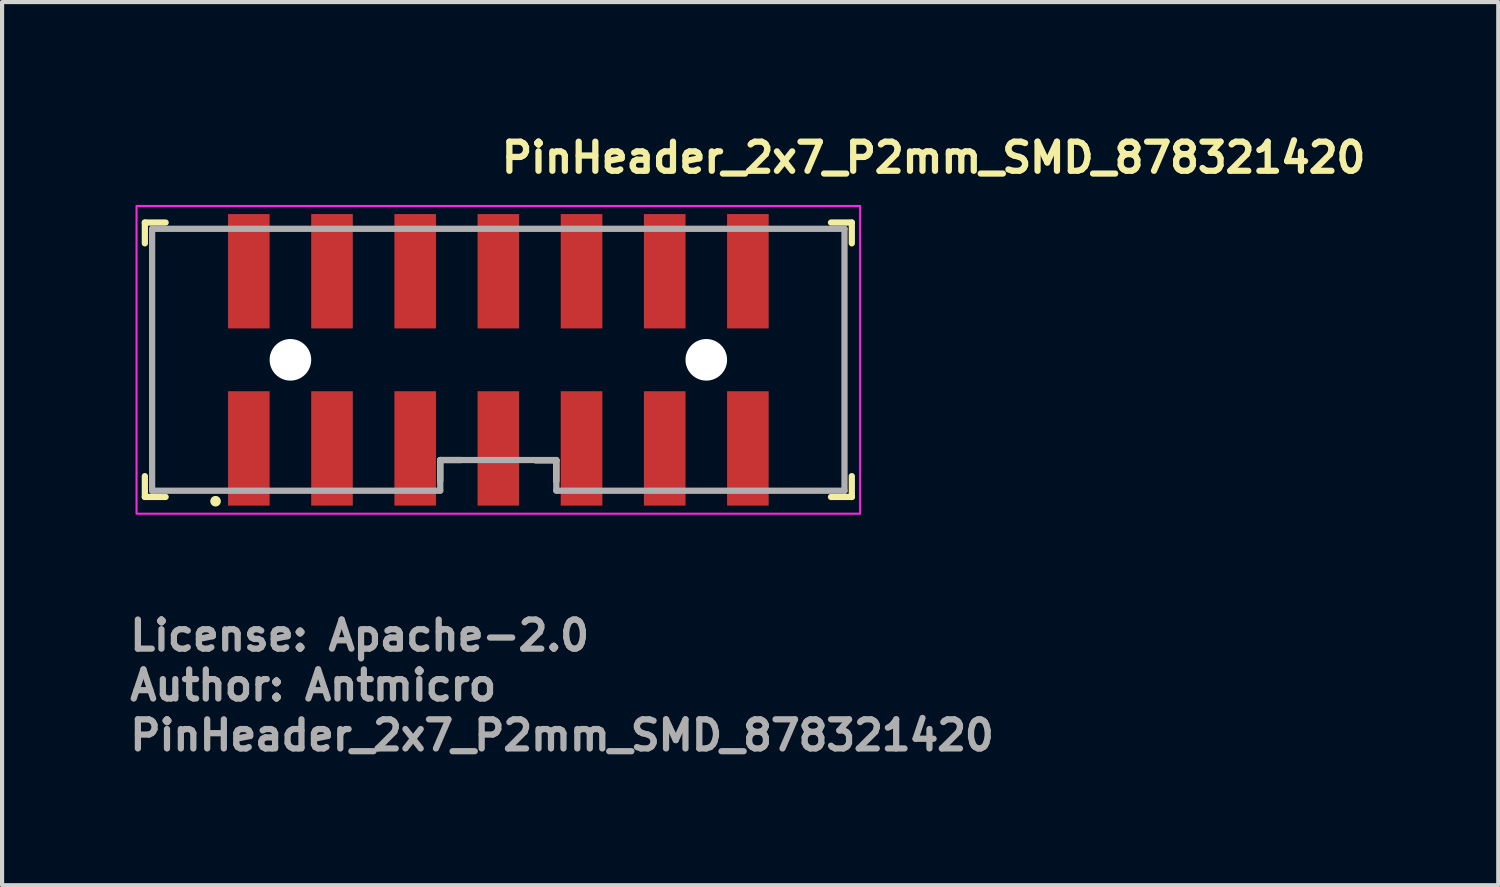
<source format=kicad_pcb>
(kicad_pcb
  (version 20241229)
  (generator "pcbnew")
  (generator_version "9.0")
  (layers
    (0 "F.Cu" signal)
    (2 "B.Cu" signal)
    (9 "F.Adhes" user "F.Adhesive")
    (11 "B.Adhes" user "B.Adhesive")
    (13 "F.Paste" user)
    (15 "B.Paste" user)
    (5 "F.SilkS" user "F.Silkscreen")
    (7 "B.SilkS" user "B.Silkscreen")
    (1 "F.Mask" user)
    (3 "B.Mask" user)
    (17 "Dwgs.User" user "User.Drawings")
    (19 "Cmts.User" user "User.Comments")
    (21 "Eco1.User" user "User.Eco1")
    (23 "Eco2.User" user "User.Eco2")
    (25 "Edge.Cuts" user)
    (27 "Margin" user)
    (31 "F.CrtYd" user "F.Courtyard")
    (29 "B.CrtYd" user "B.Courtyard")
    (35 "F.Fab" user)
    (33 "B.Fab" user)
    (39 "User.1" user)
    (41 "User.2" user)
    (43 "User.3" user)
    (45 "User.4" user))
  (footprint "PinHeader_2x7_P2mm_SMD_878321420"
    (layer "F.Cu")
    (at 8.933 5.602)
    (property "Reference" "PinHeader_2x7_P2mm_SMD_878321420" (at 0 -4.452 0) (layer "F.SilkS") (effects (font (size 0.7 0.7) (thickness 0.15)) (justify left bottom)))
    (attr smd)
    (fp_line (start -8.5 -3.301) (end -8.5 -2.801) (stroke (width 0.15) (type solid)) (layer "F.SilkS"))
    (fp_line (start -8.5 -3.301) (end -8 -3.301) (stroke (width 0.15) (type solid)) (layer "F.SilkS"))
    (fp_line (start -8.5 3.297) (end -8.5 2.797) (stroke (width 0.15) (type solid)) (layer "F.SilkS"))
    (fp_line (start -8.5 3.297) (end -8 3.297) (stroke (width 0.15) (type solid)) (layer "F.SilkS"))
    (fp_line (start -1.397 2.41) (end -1.397 2.91) (stroke (width 0.15) (type solid)) (layer "F.SilkS"))
    (fp_line (start -1.397 2.41) (end -0.9 2.41) (stroke (width 0.15) (type solid)) (layer "F.SilkS"))
    (fp_line (start 1.394 2.418) (end 0.897 2.418) (stroke (width 0.15) (type solid)) (layer "F.SilkS"))
    (fp_line (start 1.394 2.418) (end 1.394 2.918) (stroke (width 0.15) (type solid)) (layer "F.SilkS"))
    (fp_line (start 8.499 -3.301) (end 7.998 -3.301) (stroke (width 0.15) (type solid)) (layer "F.SilkS"))
    (fp_line (start 8.499 -3.301) (end 8.499 -2.801) (stroke (width 0.15) (type solid)) (layer "F.SilkS"))
    (fp_line (start 8.499 3.297) (end 7.998 3.297) (stroke (width 0.15) (type solid)) (layer "F.SilkS"))
    (fp_line (start 8.499 3.297) (end 8.499 2.797) (stroke (width 0.15) (type solid)) (layer "F.SilkS"))
    (fp_circle (center -6.8 3.4) (end -6.748 3.4) (stroke (width 0.15) (type solid)) (fill yes) (layer "F.SilkS"))
    (fp_rect (start -8.7 -3.7) (end 8.7 3.7) (stroke (width 0.05) (type solid)) (fill no) (layer "F.CrtYd"))
    (fp_line (start -8.325 -3.15) (end 8.323 -3.15) (stroke (width 0.15) (type solid)) (layer "F.Fab"))
    (fp_line (start -8.325 3.148) (end -8.325 -3.15) (stroke (width 0.15) (type solid)) (layer "F.Fab"))
    (fp_line (start -8.325 3.148) (end -1.397 3.148) (stroke (width 0.15) (type solid)) (layer "F.Fab"))
    (fp_line (start -1.397 2.41) (end -1.397 3.14) (stroke (width 0.15) (type solid)) (layer "F.Fab"))
    (fp_line (start -1.397 2.41) (end 1.394 2.41) (stroke (width 0.15) (type solid)) (layer "F.Fab"))
    (fp_line (start 1.394 2.41) (end 1.394 3.14) (stroke (width 0.15) (type solid)) (layer "F.Fab"))
    (fp_line (start 1.394 3.148) (end 8.323 3.148) (stroke (width 0.15) (type solid)) (layer "F.Fab"))
    (fp_line (start 8.323 3.148) (end 8.323 -3.15) (stroke (width 0.15) (type solid)) (layer "F.Fab"))
    (fp_rect (start -8.325 -3.15) (end 8.323 3.148) (stroke (width 0.1) (type solid)) (fill no) (layer "User.5"))
    (fp_line (start -8.325 -3.15) (end -8.325 -0.75) (stroke (width 0.02) (type solid)) (layer "User.9"))
    (fp_line (start -8.325 -0.75) (end -8.026 -0.75) (stroke (width 0.02) (type solid)) (layer "User.9"))
    (fp_line (start -8.325 -0.15) (end -8.325 -0.75) (stroke (width 0.02) (type solid)) (layer "User.9"))
    (fp_line (start -8.325 -0.15) (end -7.425 -0.15) (stroke (width 0.02) (type solid)) (layer "User.9"))
    (fp_line (start -8.325 1.148) (end -8.325 -0.15) (stroke (width 0.02) (type solid)) (layer "User.9"))
    (fp_line (start -8.325 1.749) (end -8.325 1.148) (stroke (width 0.02) (type solid)) (layer "User.9"))
    (fp_line (start -8.325 1.749) (end -8.325 3.148) (stroke (width 0.02) (type solid)) (layer "User.9"))
    (fp_line (start -8.026 -2.851) (end 8.025 -2.851) (stroke (width 0.02) (type solid)) (layer "User.9"))
    (fp_line (start -8.026 -0.75) (end -8.026 -2.851) (stroke (width 0.02) (type solid)) (layer "User.9"))
    (fp_line (start -8.026 1.749) (end -8.325 1.749) (stroke (width 0.02) (type solid)) (layer "User.9"))
    (fp_line (start -8.026 2.85) (end -8.026 1.749) (stroke (width 0.02) (type solid)) (layer "User.9"))
    (fp_line (start -7.425 -2.25) (end -8.026 -2.851) (stroke (width 0.02) (type solid)) (layer "User.9"))
    (fp_line (start -7.425 -2.25) (end -7.026 -2.25) (stroke (width 0.02) (type solid)) (layer "User.9"))
    (fp_line (start -7.425 -0.15) (end -8.026 -0.75) (stroke (width 0.02) (type solid)) (layer "User.9"))
    (fp_line (start -7.425 -0.15) (end -7.425 -2.25) (stroke (width 0.02) (type solid)) (layer "User.9"))
    (fp_line (start -7.425 1.148) (end -8.325 1.148) (stroke (width 0.02) (type solid)) (layer "User.9"))
    (fp_line (start -7.425 1.148) (end -8.026 1.749) (stroke (width 0.02) (type solid)) (layer "User.9"))
    (fp_line (start -7.425 2.249) (end -8.026 2.85) (stroke (width 0.02) (type solid)) (layer "User.9"))
    (fp_line (start -7.425 2.249) (end -7.425 1.148) (stroke (width 0.02) (type solid)) (layer "User.9"))
    (fp_line (start -7.026 -2.5) (end -6.396 -2.5) (stroke (width 0.02) (type solid)) (layer "User.9"))
    (fp_line (start -7.026 -2.25) (end -7.026 -2.5) (stroke (width 0.02) (type solid)) (layer "User.9"))
    (fp_line (start -7.026 2.249) (end -7.425 2.249) (stroke (width 0.02) (type solid)) (layer "User.9"))
    (fp_line (start -7.026 2.249) (end -7.026 2.499) (stroke (width 0.02) (type solid)) (layer "User.9"))
    (fp_line (start -7.026 2.499) (end -1.339 2.499) (stroke (width 0.02) (type solid)) (layer "User.9"))
    (fp_line (start -6.396 -2.5) (end -6.396 -2.25) (stroke (width 0.02) (type solid)) (layer "User.9"))
    (fp_line (start -6.396 -2.25) (end -5.595 -2.25) (stroke (width 0.02) (type solid)) (layer "User.9"))
    (fp_line (start -6.327 3.048) (end -5.327 3.048) (stroke (width 0.02) (type solid)) (layer "User.9"))
    (fp_line (start -6.327 3.148) (end -8.325 3.148) (stroke (width 0.02) (type solid)) (layer "User.9"))
    (fp_line (start -6.327 3.148) (end -6.327 3.048) (stroke (width 0.02) (type solid)) (layer "User.9"))
    (fp_line (start -6.327 3.148) (end -5.827 3.148) (stroke (width 0.02) (type solid)) (layer "User.9"))
    (fp_line (start -6.25 -0.75) (end -6.25 -1.25) (stroke (width 0.02) (type solid)) (layer "User.9"))
    (fp_line (start -6.25 1.249) (end -6.25 0.748) (stroke (width 0.02) (type solid)) (layer "User.9"))
    (fp_line (start -6.101 -1.101) (end -6.25 -1.25) (stroke (width 0.02) (type solid)) (layer "User.9"))
    (fp_line (start -6.101 -0.902) (end -6.25 -0.75) (stroke (width 0.02) (type solid)) (layer "User.9"))
    (fp_line (start -6.101 -0.902) (end -6.101 -1.101) (stroke (width 0.02) (type solid)) (layer "User.9"))
    (fp_line (start -6.101 0.9) (end -6.25 0.748) (stroke (width 0.02) (type solid)) (layer "User.9"))
    (fp_line (start -6.101 1.1) (end -6.25 1.249) (stroke (width 0.02) (type solid)) (layer "User.9"))
    (fp_line (start -6.101 1.1) (end -6.101 0.9) (stroke (width 0.02) (type solid)) (layer "User.9"))
    (fp_line (start -5.901 -1.101) (end -6.101 -1.101) (stroke (width 0.02) (type solid)) (layer "User.9"))
    (fp_line (start -5.901 -1.101) (end -5.901 -0.902) (stroke (width 0.02) (type solid)) (layer "User.9"))
    (fp_line (start -5.901 -1.101) (end -5.75 -1.25) (stroke (width 0.02) (type solid)) (layer "User.9"))
    (fp_line (start -5.901 -0.902) (end -6.101 -0.902) (stroke (width 0.02) (type solid)) (layer "User.9"))
    (fp_line (start -5.901 0.9) (end -6.101 0.9) (stroke (width 0.02) (type solid)) (layer "User.9"))
    (fp_line (start -5.901 0.9) (end -5.901 1.1) (stroke (width 0.02) (type solid)) (layer "User.9"))
    (fp_line (start -5.901 0.9) (end -5.75 0.748) (stroke (width 0.02) (type solid)) (layer "User.9"))
    (fp_line (start -5.901 1.1) (end -6.101 1.1) (stroke (width 0.02) (type solid)) (layer "User.9"))
    (fp_line (start -5.901 1.1) (end -5.75 1.249) (stroke (width 0.02) (type solid)) (layer "User.9"))
    (fp_line (start -5.827 3.148) (end -5.827 3.048) (stroke (width 0.02) (type solid)) (layer "User.9"))
    (fp_line (start -5.827 3.148) (end -5.327 3.148) (stroke (width 0.02) (type solid)) (layer "User.9"))
    (fp_line (start -5.75 -1.25) (end -6.25 -1.25) (stroke (width 0.02) (type solid)) (layer "User.9"))
    (fp_line (start -5.75 -1.25) (end -5.75 -0.75) (stroke (width 0.02) (type solid)) (layer "User.9"))
    (fp_line (start -5.75 -0.75) (end -6.25 -0.75) (stroke (width 0.02) (type solid)) (layer "User.9"))
    (fp_line (start -5.75 -0.75) (end -5.901 -0.902) (stroke (width 0.02) (type solid)) (layer "User.9"))
    (fp_line (start -5.75 0.748) (end -6.25 0.748) (stroke (width 0.02) (type solid)) (layer "User.9"))
    (fp_line (start -5.75 0.748) (end -5.75 1.249) (stroke (width 0.02) (type solid)) (layer "User.9"))
    (fp_line (start -5.75 1.249) (end -6.25 1.249) (stroke (width 0.02) (type solid)) (layer "User.9"))
    (fp_line (start -5.614 2.249) (end -2.388 2.249) (stroke (width 0.02) (type solid)) (layer "User.9"))
    (fp_line (start -5.614 2.499) (end -5.614 2.249) (stroke (width 0.02) (type solid)) (layer "User.9"))
    (fp_line (start -5.595 -2.5) (end -0.402 -2.5) (stroke (width 0.02) (type solid)) (layer "User.9"))
    (fp_line (start -5.595 -2.25) (end -5.595 -2.5) (stroke (width 0.02) (type solid)) (layer "User.9"))
    (fp_line (start -5.327 3.148) (end -5.327 3.048) (stroke (width 0.02) (type solid)) (layer "User.9"))
    (fp_line (start -4.25 -0.75) (end -4.25 -1.25) (stroke (width 0.02) (type solid)) (layer "User.9"))
    (fp_line (start -4.25 1.249) (end -4.25 0.748) (stroke (width 0.02) (type solid)) (layer "User.9"))
    (fp_line (start -4.138 2.499) (end -4.202 2.249) (stroke (width 0.02) (type solid)) (layer "User.9"))
    (fp_line (start -4.1 -1.101) (end -4.25 -1.25) (stroke (width 0.02) (type solid)) (layer "User.9"))
    (fp_line (start -4.1 -0.902) (end -4.25 -0.75) (stroke (width 0.02) (type solid)) (layer "User.9"))
    (fp_line (start -4.1 -0.902) (end -4.1 -1.101) (stroke (width 0.02) (type solid)) (layer "User.9"))
    (fp_line (start -4.1 0.9) (end -4.25 0.748) (stroke (width 0.02) (type solid)) (layer "User.9"))
    (fp_line (start -4.1 1.1) (end -4.25 1.249) (stroke (width 0.02) (type solid)) (layer "User.9"))
    (fp_line (start -4.1 1.1) (end -4.1 0.9) (stroke (width 0.02) (type solid)) (layer "User.9"))
    (fp_line (start -3.9 -1.101) (end -4.1 -1.101) (stroke (width 0.02) (type solid)) (layer "User.9"))
    (fp_line (start -3.9 -1.101) (end -3.9 -0.902) (stroke (width 0.02) (type solid)) (layer "User.9"))
    (fp_line (start -3.9 -1.101) (end -3.75 -1.25) (stroke (width 0.02) (type solid)) (layer "User.9"))
    (fp_line (start -3.9 -0.902) (end -4.1 -0.902) (stroke (width 0.02) (type solid)) (layer "User.9"))
    (fp_line (start -3.9 0.9) (end -4.1 0.9) (stroke (width 0.02) (type solid)) (layer "User.9"))
    (fp_line (start -3.9 0.9) (end -3.9 1.1) (stroke (width 0.02) (type solid)) (layer "User.9"))
    (fp_line (start -3.9 0.9) (end -3.75 0.748) (stroke (width 0.02) (type solid)) (layer "User.9"))
    (fp_line (start -3.9 1.1) (end -4.1 1.1) (stroke (width 0.02) (type solid)) (layer "User.9"))
    (fp_line (start -3.9 1.1) (end -3.75 1.249) (stroke (width 0.02) (type solid)) (layer "User.9"))
    (fp_line (start -3.863 2.499) (end -3.801 2.249) (stroke (width 0.02) (type solid)) (layer "User.9"))
    (fp_line (start -3.75 -1.25) (end -4.25 -1.25) (stroke (width 0.02) (type solid)) (layer "User.9"))
    (fp_line (start -3.75 -1.25) (end -3.75 -0.75) (stroke (width 0.02) (type solid)) (layer "User.9"))
    (fp_line (start -3.75 -0.75) (end -4.25 -0.75) (stroke (width 0.02) (type solid)) (layer "User.9"))
    (fp_line (start -3.75 -0.75) (end -3.9 -0.902) (stroke (width 0.02) (type solid)) (layer "User.9"))
    (fp_line (start -3.75 0.748) (end -4.25 0.748) (stroke (width 0.02) (type solid)) (layer "User.9"))
    (fp_line (start -3.75 0.748) (end -3.75 1.249) (stroke (width 0.02) (type solid)) (layer "User.9"))
    (fp_line (start -3.75 1.249) (end -4.25 1.249) (stroke (width 0.02) (type solid)) (layer "User.9"))
    (fp_line (start -2.388 2.499) (end -2.388 2.249) (stroke (width 0.02) (type solid)) (layer "User.9"))
    (fp_line (start -2.25 -0.75) (end -2.25 -1.25) (stroke (width 0.02) (type solid)) (layer "User.9"))
    (fp_line (start -2.25 1.249) (end -2.25 0.748) (stroke (width 0.02) (type solid)) (layer "User.9"))
    (fp_line (start -2.101 -1.101) (end -2.25 -1.25) (stroke (width 0.02) (type solid)) (layer "User.9"))
    (fp_line (start -2.101 -0.902) (end -2.25 -0.75) (stroke (width 0.02) (type solid)) (layer "User.9"))
    (fp_line (start -2.101 -0.902) (end -2.101 -1.101) (stroke (width 0.02) (type solid)) (layer "User.9"))
    (fp_line (start -2.101 0.9) (end -2.25 0.748) (stroke (width 0.02) (type solid)) (layer "User.9"))
    (fp_line (start -2.101 1.1) (end -2.25 1.249) (stroke (width 0.02) (type solid)) (layer "User.9"))
    (fp_line (start -2.101 1.1) (end -2.101 0.9) (stroke (width 0.02) (type solid)) (layer "User.9"))
    (fp_line (start -2 2.85) (end -8.026 2.85) (stroke (width 0.02) (type solid)) (layer "User.9"))
    (fp_line (start -2 2.85) (end -1.972 2.849) (stroke (width 0.02) (type solid)) (layer "User.9"))
    (fp_line (start -2 3.148) (end -5.327 3.148) (stroke (width 0.02) (type solid)) (layer "User.9"))
    (fp_line (start -1.972 2.849) (end -1.942 2.846) (stroke (width 0.02) (type solid)) (layer "User.9"))
    (fp_line (start -1.942 2.846) (end -1.915 2.845) (stroke (width 0.02) (type solid)) (layer "User.9"))
    (fp_line (start -1.915 2.845) (end -1.887 2.841) (stroke (width 0.02) (type solid)) (layer "User.9"))
    (fp_line (start -1.901 -1.101) (end -2.101 -1.101) (stroke (width 0.02) (type solid)) (layer "User.9"))
    (fp_line (start -1.901 -1.101) (end -1.901 -0.902) (stroke (width 0.02) (type solid)) (layer "User.9"))
    (fp_line (start -1.901 -1.101) (end -1.75 -1.25) (stroke (width 0.02) (type solid)) (layer "User.9"))
    (fp_line (start -1.901 -0.902) (end -2.101 -0.902) (stroke (width 0.02) (type solid)) (layer "User.9"))
    (fp_line (start -1.901 0.9) (end -2.101 0.9) (stroke (width 0.02) (type solid)) (layer "User.9"))
    (fp_line (start -1.901 0.9) (end -1.901 1.1) (stroke (width 0.02) (type solid)) (layer "User.9"))
    (fp_line (start -1.901 0.9) (end -1.75 0.748) (stroke (width 0.02) (type solid)) (layer "User.9"))
    (fp_line (start -1.901 1.1) (end -2.101 1.1) (stroke (width 0.02) (type solid)) (layer "User.9"))
    (fp_line (start -1.901 1.1) (end -1.75 1.249) (stroke (width 0.02) (type solid)) (layer "User.9"))
    (fp_line (start -1.887 2.841) (end -1.861 2.837) (stroke (width 0.02) (type solid)) (layer "User.9"))
    (fp_line (start -1.861 2.837) (end -1.835 2.831) (stroke (width 0.02) (type solid)) (layer "User.9"))
    (fp_line (start -1.835 2.831) (end -1.809 2.826) (stroke (width 0.02) (type solid)) (layer "User.9"))
    (fp_line (start -1.809 2.826) (end -1.784 2.819) (stroke (width 0.02) (type solid)) (layer "User.9"))
    (fp_line (start -1.784 2.819) (end -1.76 2.813) (stroke (width 0.02) (type solid)) (layer "User.9"))
    (fp_line (start -1.76 2.813) (end -1.736 2.805) (stroke (width 0.02) (type solid)) (layer "User.9"))
    (fp_line (start -1.75 -1.25) (end -2.25 -1.25) (stroke (width 0.02) (type solid)) (layer "User.9"))
    (fp_line (start -1.75 -1.25) (end -1.75 -0.75) (stroke (width 0.02) (type solid)) (layer "User.9"))
    (fp_line (start -1.75 -0.75) (end -2.25 -0.75) (stroke (width 0.02) (type solid)) (layer "User.9"))
    (fp_line (start -1.75 -0.75) (end -1.901 -0.902) (stroke (width 0.02) (type solid)) (layer "User.9"))
    (fp_line (start -1.75 0.748) (end -2.25 0.748) (stroke (width 0.02) (type solid)) (layer "User.9"))
    (fp_line (start -1.75 0.748) (end -1.75 1.249) (stroke (width 0.02) (type solid)) (layer "User.9"))
    (fp_line (start -1.75 1.249) (end -2.25 1.249) (stroke (width 0.02) (type solid)) (layer "User.9"))
    (fp_line (start -1.736 2.805) (end -1.714 2.796) (stroke (width 0.02) (type solid)) (layer "User.9"))
    (fp_line (start -1.714 2.796) (end -1.692 2.786) (stroke (width 0.02) (type solid)) (layer "User.9"))
    (fp_line (start -1.692 2.786) (end -1.67 2.777) (stroke (width 0.02) (type solid)) (layer "User.9"))
    (fp_line (start -1.67 2.777) (end -1.649 2.766) (stroke (width 0.02) (type solid)) (layer "User.9"))
    (fp_line (start -1.649 2.766) (end -1.607 2.745) (stroke (width 0.02) (type solid)) (layer "User.9"))
    (fp_line (start -1.607 2.745) (end -1.607 2.745) (stroke (width 0.02) (type solid)) (layer "User.9"))
    (fp_line (start -1.607 2.745) (end -1.587 2.733) (stroke (width 0.02) (type solid)) (layer "User.9"))
    (fp_line (start -1.587 2.733) (end -1.567 2.721) (stroke (width 0.02) (type solid)) (layer "User.9"))
    (fp_line (start -1.567 2.721) (end -1.549 2.709) (stroke (width 0.02) (type solid)) (layer "User.9"))
    (fp_line (start -1.549 2.709) (end -1.53 2.696) (stroke (width 0.02) (type solid)) (layer "User.9"))
    (fp_line (start -1.53 2.696) (end -1.512 2.681) (stroke (width 0.02) (type solid)) (layer "User.9"))
    (fp_line (start -1.512 2.681) (end -1.494 2.668) (stroke (width 0.02) (type solid)) (layer "User.9"))
    (fp_line (start -1.494 2.668) (end -1.476 2.653) (stroke (width 0.02) (type solid)) (layer "User.9"))
    (fp_line (start -1.476 2.653) (end -1.46 2.639) (stroke (width 0.02) (type solid)) (layer "User.9"))
    (fp_line (start -1.46 2.639) (end -1.442 2.623) (stroke (width 0.02) (type solid)) (layer "User.9"))
    (fp_line (start -1.442 2.623) (end -1.426 2.607) (stroke (width 0.02) (type solid)) (layer "User.9"))
    (fp_line (start -1.436 3.148) (end -2 3.148) (stroke (width 0.02) (type solid)) (layer "User.9"))
    (fp_line (start -1.436 3.148) (end -1.436 3.148) (stroke (width 0.02) (type solid)) (layer "User.9"))
    (fp_line (start -1.426 2.607) (end -1.41 2.589) (stroke (width 0.02) (type solid)) (layer "User.9"))
    (fp_line (start -1.41 2.589) (end -1.395 2.572) (stroke (width 0.02) (type solid)) (layer "User.9"))
    (fp_line (start -1.395 2.572) (end -1.381 2.555) (stroke (width 0.02) (type solid)) (layer "User.9"))
    (fp_line (start -1.381 2.555) (end -1.367 2.536) (stroke (width 0.02) (type solid)) (layer "User.9"))
    (fp_line (start -1.367 2.536) (end -1.353 2.519) (stroke (width 0.02) (type solid)) (layer "User.9"))
    (fp_line (start -1.353 2.519) (end -1.339 2.499) (stroke (width 0.02) (type solid)) (layer "User.9"))
    (fp_line (start -1.339 2.499) (end -1.2 2.499) (stroke (width 0.02) (type solid)) (layer "User.9"))
    (fp_line (start -1.323 3.148) (end -1.436 3.148) (stroke (width 0.02) (type solid)) (layer "User.9"))
    (fp_line (start -1.323 3.148) (end -1.323 3.148) (stroke (width 0.02) (type solid)) (layer "User.9"))
    (fp_line (start -1.28 3.148) (end -1.323 3.148) (stroke (width 0.02) (type solid)) (layer "User.9"))
    (fp_line (start -1.28 3.148) (end -1.28 3.148) (stroke (width 0.02) (type solid)) (layer "User.9"))
    (fp_line (start -1.246 3.148) (end -1.28 3.148) (stroke (width 0.02) (type solid)) (layer "User.9"))
    (fp_line (start -1.246 3.148) (end -1.246 3.148) (stroke (width 0.02) (type solid)) (layer "User.9"))
    (fp_line (start -1.222 3.148) (end -1.246 3.148) (stroke (width 0.02) (type solid)) (layer "User.9"))
    (fp_line (start -1.222 3.148) (end -1.222 3.148) (stroke (width 0.02) (type solid)) (layer "User.9"))
    (fp_line (start -1.206 3.148) (end -1.222 3.148) (stroke (width 0.02) (type solid)) (layer "User.9"))
    (fp_line (start -1.206 3.148) (end -1.206 3.148) (stroke (width 0.02) (type solid)) (layer "User.9"))
    (fp_line (start -1.2 3.148) (end -1.206 3.148) (stroke (width 0.02) (type solid)) (layer "User.9"))
    (fp_line (start -1.2 3.148) (end -1.2 2.499) (stroke (width 0.02) (type solid)) (layer "User.9"))
    (fp_line (start -1.2 3.148) (end 1.199 3.148) (stroke (width 0.02) (type solid)) (layer "User.9"))
    (fp_line (start -0.402 -2.5) (end -0.402 -2.25) (stroke (width 0.02) (type solid)) (layer "User.9"))
    (fp_line (start -0.402 -2.25) (end 0.4 -2.25) (stroke (width 0.02) (type solid)) (layer "User.9"))
    (fp_line (start -0.25 -0.75) (end -0.25 -1.25) (stroke (width 0.02) (type solid)) (layer "User.9"))
    (fp_line (start -0.25 1.249) (end -0.25 0.748) (stroke (width 0.02) (type solid)) (layer "User.9"))
    (fp_line (start -0.102 -1.101) (end -0.25 -1.25) (stroke (width 0.02) (type solid)) (layer "User.9"))
    (fp_line (start -0.102 -0.902) (end -0.25 -0.75) (stroke (width 0.02) (type solid)) (layer "User.9"))
    (fp_line (start -0.102 -0.902) (end -0.102 -1.101) (stroke (width 0.02) (type solid)) (layer "User.9"))
    (fp_line (start -0.102 0.9) (end -0.25 0.748) (stroke (width 0.02) (type solid)) (layer "User.9"))
    (fp_line (start -0.102 1.1) (end -0.25 1.249) (stroke (width 0.02) (type solid)) (layer "User.9"))
    (fp_line (start -0.102 1.1) (end -0.102 0.9) (stroke (width 0.02) (type solid)) (layer "User.9"))
    (fp_line (start 0.1 -1.101) (end -0.102 -1.101) (stroke (width 0.02) (type solid)) (layer "User.9"))
    (fp_line (start 0.1 -1.101) (end 0.1 -0.902) (stroke (width 0.02) (type solid)) (layer "User.9"))
    (fp_line (start 0.1 -1.101) (end 0.248 -1.25) (stroke (width 0.02) (type solid)) (layer "User.9"))
    (fp_line (start 0.1 -0.902) (end -0.102 -0.902) (stroke (width 0.02) (type solid)) (layer "User.9"))
    (fp_line (start 0.1 0.9) (end -0.102 0.9) (stroke (width 0.02) (type solid)) (layer "User.9"))
    (fp_line (start 0.1 0.9) (end 0.1 1.1) (stroke (width 0.02) (type solid)) (layer "User.9"))
    (fp_line (start 0.1 0.9) (end 0.248 0.748) (stroke (width 0.02) (type solid)) (layer "User.9"))
    (fp_line (start 0.1 1.1) (end -0.102 1.1) (stroke (width 0.02) (type solid)) (layer "User.9"))
    (fp_line (start 0.1 1.1) (end 0.248 1.249) (stroke (width 0.02) (type solid)) (layer "User.9"))
    (fp_line (start 0.248 -1.25) (end -0.25 -1.25) (stroke (width 0.02) (type solid)) (layer "User.9"))
    (fp_line (start 0.248 -1.25) (end 0.248 -0.75) (stroke (width 0.02) (type solid)) (layer "User.9"))
    (fp_line (start 0.248 -0.75) (end -0.25 -0.75) (stroke (width 0.02) (type solid)) (layer "User.9"))
    (fp_line (start 0.248 -0.75) (end 0.1 -0.902) (stroke (width 0.02) (type solid)) (layer "User.9"))
    (fp_line (start 0.248 0.748) (end -0.25 0.748) (stroke (width 0.02) (type solid)) (layer "User.9"))
    (fp_line (start 0.248 0.748) (end 0.248 1.249) (stroke (width 0.02) (type solid)) (layer "User.9"))
    (fp_line (start 0.248 1.249) (end -0.25 1.249) (stroke (width 0.02) (type solid)) (layer "User.9"))
    (fp_line (start 0.4 -2.5) (end 5.594 -2.5) (stroke (width 0.02) (type solid)) (layer "User.9"))
    (fp_line (start 0.4 -2.25) (end 0.4 -2.5) (stroke (width 0.02) (type solid)) (layer "User.9"))
    (fp_line (start 1.199 2.499) (end 1.199 3.148) (stroke (width 0.02) (type solid)) (layer "User.9"))
    (fp_line (start 1.199 2.499) (end 1.338 2.499) (stroke (width 0.02) (type solid)) (layer "User.9"))
    (fp_line (start 1.205 3.148) (end 1.199 3.148) (stroke (width 0.02) (type solid)) (layer "User.9"))
    (fp_line (start 1.205 3.148) (end 1.205 3.148) (stroke (width 0.02) (type solid)) (layer "User.9"))
    (fp_line (start 1.219 3.148) (end 1.205 3.148) (stroke (width 0.02) (type solid)) (layer "User.9"))
    (fp_line (start 1.219 3.148) (end 1.219 3.148) (stroke (width 0.02) (type solid)) (layer "User.9"))
    (fp_line (start 1.243 3.148) (end 1.219 3.148) (stroke (width 0.02) (type solid)) (layer "User.9"))
    (fp_line (start 1.243 3.148) (end 1.243 3.148) (stroke (width 0.02) (type solid)) (layer "User.9"))
    (fp_line (start 1.279 3.148) (end 1.243 3.148) (stroke (width 0.02) (type solid)) (layer "User.9"))
    (fp_line (start 1.279 3.148) (end 1.279 3.148) (stroke (width 0.02) (type solid)) (layer "User.9"))
    (fp_line (start 1.322 3.148) (end 1.279 3.148) (stroke (width 0.02) (type solid)) (layer "User.9"))
    (fp_line (start 1.322 3.148) (end 1.322 3.148) (stroke (width 0.02) (type solid)) (layer "User.9"))
    (fp_line (start 1.338 2.499) (end 1.35 2.519) (stroke (width 0.02) (type solid)) (layer "User.9"))
    (fp_line (start 1.338 2.499) (end 7.025 2.499) (stroke (width 0.02) (type solid)) (layer "User.9"))
    (fp_line (start 1.35 2.519) (end 1.364 2.536) (stroke (width 0.02) (type solid)) (layer "User.9"))
    (fp_line (start 1.364 2.536) (end 1.38 2.555) (stroke (width 0.02) (type solid)) (layer "User.9"))
    (fp_line (start 1.374 3.148) (end 1.322 3.148) (stroke (width 0.02) (type solid)) (layer "User.9"))
    (fp_line (start 1.374 3.148) (end 1.374 3.148) (stroke (width 0.02) (type solid)) (layer "User.9"))
    (fp_line (start 1.38 2.555) (end 1.394 2.572) (stroke (width 0.02) (type solid)) (layer "User.9"))
    (fp_line (start 1.394 2.572) (end 1.409 2.589) (stroke (width 0.02) (type solid)) (layer "User.9"))
    (fp_line (start 1.409 2.589) (end 1.425 2.607) (stroke (width 0.02) (type solid)) (layer "User.9"))
    (fp_line (start 1.425 2.607) (end 1.441 2.623) (stroke (width 0.02) (type solid)) (layer "User.9"))
    (fp_line (start 1.433 3.148) (end 1.374 3.148) (stroke (width 0.02) (type solid)) (layer "User.9"))
    (fp_line (start 1.433 3.148) (end 1.433 3.148) (stroke (width 0.02) (type solid)) (layer "User.9"))
    (fp_line (start 1.441 2.623) (end 1.457 2.639) (stroke (width 0.02) (type solid)) (layer "User.9"))
    (fp_line (start 1.457 2.639) (end 1.475 2.653) (stroke (width 0.02) (type solid)) (layer "User.9"))
    (fp_line (start 1.475 2.653) (end 1.491 2.668) (stroke (width 0.02) (type solid)) (layer "User.9"))
    (fp_line (start 1.491 2.668) (end 1.509 2.681) (stroke (width 0.02) (type solid)) (layer "User.9"))
    (fp_line (start 1.509 2.681) (end 1.527 2.696) (stroke (width 0.02) (type solid)) (layer "User.9"))
    (fp_line (start 1.527 2.696) (end 1.546 2.709) (stroke (width 0.02) (type solid)) (layer "User.9"))
    (fp_line (start 1.546 2.709) (end 1.566 2.721) (stroke (width 0.02) (type solid)) (layer "User.9"))
    (fp_line (start 1.566 2.721) (end 1.584 2.733) (stroke (width 0.02) (type solid)) (layer "User.9"))
    (fp_line (start 1.584 2.733) (end 1.604 2.745) (stroke (width 0.02) (type solid)) (layer "User.9"))
    (fp_line (start 1.604 2.745) (end 1.604 2.745) (stroke (width 0.02) (type solid)) (layer "User.9"))
    (fp_line (start 1.604 2.745) (end 1.626 2.757) (stroke (width 0.02) (type solid)) (layer "User.9"))
    (fp_line (start 1.626 2.757) (end 1.646 2.766) (stroke (width 0.02) (type solid)) (layer "User.9"))
    (fp_line (start 1.646 2.766) (end 1.667 2.777) (stroke (width 0.02) (type solid)) (layer "User.9"))
    (fp_line (start 1.667 2.777) (end 1.689 2.786) (stroke (width 0.02) (type solid)) (layer "User.9"))
    (fp_line (start 1.689 2.786) (end 1.713 2.796) (stroke (width 0.02) (type solid)) (layer "User.9"))
    (fp_line (start 1.713 2.796) (end 1.735 2.805) (stroke (width 0.02) (type solid)) (layer "User.9"))
    (fp_line (start 1.735 2.805) (end 1.759 2.813) (stroke (width 0.02) (type solid)) (layer "User.9"))
    (fp_line (start 1.749 -0.75) (end 1.749 -1.25) (stroke (width 0.02) (type solid)) (layer "User.9"))
    (fp_line (start 1.749 1.249) (end 1.749 0.748) (stroke (width 0.02) (type solid)) (layer "User.9"))
    (fp_line (start 1.759 2.813) (end 1.783 2.819) (stroke (width 0.02) (type solid)) (layer "User.9"))
    (fp_line (start 1.783 2.819) (end 1.806 2.826) (stroke (width 0.02) (type solid)) (layer "User.9"))
    (fp_line (start 1.806 2.826) (end 1.832 2.831) (stroke (width 0.02) (type solid)) (layer "User.9"))
    (fp_line (start 1.832 2.831) (end 1.858 2.837) (stroke (width 0.02) (type solid)) (layer "User.9"))
    (fp_line (start 1.858 2.837) (end 1.884 2.841) (stroke (width 0.02) (type solid)) (layer "User.9"))
    (fp_line (start 1.884 2.841) (end 1.912 2.845) (stroke (width 0.02) (type solid)) (layer "User.9"))
    (fp_line (start 1.898 -1.101) (end 1.749 -1.25) (stroke (width 0.02) (type solid)) (layer "User.9"))
    (fp_line (start 1.898 -0.902) (end 1.749 -0.75) (stroke (width 0.02) (type solid)) (layer "User.9"))
    (fp_line (start 1.898 -0.902) (end 1.898 -1.101) (stroke (width 0.02) (type solid)) (layer "User.9"))
    (fp_line (start 1.898 0.9) (end 1.749 0.748) (stroke (width 0.02) (type solid)) (layer "User.9"))
    (fp_line (start 1.898 1.1) (end 1.749 1.249) (stroke (width 0.02) (type solid)) (layer "User.9"))
    (fp_line (start 1.898 1.1) (end 1.898 0.9) (stroke (width 0.02) (type solid)) (layer "User.9"))
    (fp_line (start 1.912 2.845) (end 1.941 2.846) (stroke (width 0.02) (type solid)) (layer "User.9"))
    (fp_line (start 1.941 2.846) (end 1.969 2.849) (stroke (width 0.02) (type solid)) (layer "User.9"))
    (fp_line (start 1.969 2.849) (end 1.999 2.85) (stroke (width 0.02) (type solid)) (layer "User.9"))
    (fp_line (start 1.999 3.148) (end 1.433 3.148) (stroke (width 0.02) (type solid)) (layer "User.9"))
    (fp_line (start 2.1 -1.101) (end 1.898 -1.101) (stroke (width 0.02) (type solid)) (layer "User.9"))
    (fp_line (start 2.1 -1.101) (end 2.1 -0.902) (stroke (width 0.02) (type solid)) (layer "User.9"))
    (fp_line (start 2.1 -1.101) (end 2.249 -1.25) (stroke (width 0.02) (type solid)) (layer "User.9"))
    (fp_line (start 2.1 -0.902) (end 1.898 -0.902) (stroke (width 0.02) (type solid)) (layer "User.9"))
    (fp_line (start 2.1 0.9) (end 1.898 0.9) (stroke (width 0.02) (type solid)) (layer "User.9"))
    (fp_line (start 2.1 0.9) (end 2.1 1.1) (stroke (width 0.02) (type solid)) (layer "User.9"))
    (fp_line (start 2.1 0.9) (end 2.249 0.748) (stroke (width 0.02) (type solid)) (layer "User.9"))
    (fp_line (start 2.1 1.1) (end 1.898 1.1) (stroke (width 0.02) (type solid)) (layer "User.9"))
    (fp_line (start 2.1 1.1) (end 2.249 1.249) (stroke (width 0.02) (type solid)) (layer "User.9"))
    (fp_line (start 2.249 -1.25) (end 1.749 -1.25) (stroke (width 0.02) (type solid)) (layer "User.9"))
    (fp_line (start 2.249 -1.25) (end 2.249 -0.75) (stroke (width 0.02) (type solid)) (layer "User.9"))
    (fp_line (start 2.249 -0.75) (end 1.749 -0.75) (stroke (width 0.02) (type solid)) (layer "User.9"))
    (fp_line (start 2.249 -0.75) (end 2.1 -0.902) (stroke (width 0.02) (type solid)) (layer "User.9"))
    (fp_line (start 2.249 0.748) (end 1.749 0.748) (stroke (width 0.02) (type solid)) (layer "User.9"))
    (fp_line (start 2.249 0.748) (end 2.249 1.249) (stroke (width 0.02) (type solid)) (layer "User.9"))
    (fp_line (start 2.249 1.249) (end 1.749 1.249) (stroke (width 0.02) (type solid)) (layer "User.9"))
    (fp_line (start 2.386 2.499) (end 2.386 2.249) (stroke (width 0.02) (type solid)) (layer "User.9"))
    (fp_line (start 3.749 -0.75) (end 3.749 -1.25) (stroke (width 0.02) (type solid)) (layer "User.9"))
    (fp_line (start 3.749 1.249) (end 3.749 0.748) (stroke (width 0.02) (type solid)) (layer "User.9"))
    (fp_line (start 3.862 2.499) (end 3.798 2.249) (stroke (width 0.02) (type solid)) (layer "User.9"))
    (fp_line (start 3.898 -1.101) (end 3.749 -1.25) (stroke (width 0.02) (type solid)) (layer "User.9"))
    (fp_line (start 3.898 -0.902) (end 3.749 -0.75) (stroke (width 0.02) (type solid)) (layer "User.9"))
    (fp_line (start 3.898 -0.902) (end 3.898 -1.101) (stroke (width 0.02) (type solid)) (layer "User.9"))
    (fp_line (start 3.898 0.9) (end 3.749 0.748) (stroke (width 0.02) (type solid)) (layer "User.9"))
    (fp_line (start 3.898 1.1) (end 3.749 1.249) (stroke (width 0.02) (type solid)) (layer "User.9"))
    (fp_line (start 3.898 1.1) (end 3.898 0.9) (stroke (width 0.02) (type solid)) (layer "User.9"))
    (fp_line (start 4.099 -1.101) (end 3.898 -1.101) (stroke (width 0.02) (type solid)) (layer "User.9"))
    (fp_line (start 4.099 -1.101) (end 4.099 -0.902) (stroke (width 0.02) (type solid)) (layer "User.9"))
    (fp_line (start 4.099 -1.101) (end 4.248 -1.25) (stroke (width 0.02) (type solid)) (layer "User.9"))
    (fp_line (start 4.099 -0.902) (end 3.898 -0.902) (stroke (width 0.02) (type solid)) (layer "User.9"))
    (fp_line (start 4.099 0.9) (end 3.898 0.9) (stroke (width 0.02) (type solid)) (layer "User.9"))
    (fp_line (start 4.099 0.9) (end 4.099 1.1) (stroke (width 0.02) (type solid)) (layer "User.9"))
    (fp_line (start 4.099 0.9) (end 4.248 0.748) (stroke (width 0.02) (type solid)) (layer "User.9"))
    (fp_line (start 4.099 1.1) (end 3.898 1.1) (stroke (width 0.02) (type solid)) (layer "User.9"))
    (fp_line (start 4.099 1.1) (end 4.248 1.249) (stroke (width 0.02) (type solid)) (layer "User.9"))
    (fp_line (start 4.137 2.499) (end 4.2 2.249) (stroke (width 0.02) (type solid)) (layer "User.9"))
    (fp_line (start 4.248 -1.25) (end 3.749 -1.25) (stroke (width 0.02) (type solid)) (layer "User.9"))
    (fp_line (start 4.248 -1.25) (end 4.248 -0.75) (stroke (width 0.02) (type solid)) (layer "User.9"))
    (fp_line (start 4.248 -0.75) (end 3.749 -0.75) (stroke (width 0.02) (type solid)) (layer "User.9"))
    (fp_line (start 4.248 -0.75) (end 4.099 -0.902) (stroke (width 0.02) (type solid)) (layer "User.9"))
    (fp_line (start 4.248 0.748) (end 3.749 0.748) (stroke (width 0.02) (type solid)) (layer "User.9"))
    (fp_line (start 4.248 0.748) (end 4.248 1.249) (stroke (width 0.02) (type solid)) (layer "User.9"))
    (fp_line (start 4.248 1.249) (end 3.749 1.249) (stroke (width 0.02) (type solid)) (layer "User.9"))
    (fp_line (start 5.594 -2.5) (end 5.594 -2.25) (stroke (width 0.02) (type solid)) (layer "User.9"))
    (fp_line (start 5.594 -2.25) (end 6.393 -2.25) (stroke (width 0.02) (type solid)) (layer "User.9"))
    (fp_line (start 5.611 2.249) (end 2.386 2.249) (stroke (width 0.02) (type solid)) (layer "User.9"))
    (fp_line (start 5.611 2.499) (end 5.611 2.249) (stroke (width 0.02) (type solid)) (layer "User.9"))
    (fp_line (start 5.749 -0.75) (end 5.749 -1.25) (stroke (width 0.02) (type solid)) (layer "User.9"))
    (fp_line (start 5.749 1.249) (end 5.749 0.748) (stroke (width 0.02) (type solid)) (layer "User.9"))
    (fp_line (start 5.9 -1.101) (end 5.749 -1.25) (stroke (width 0.02) (type solid)) (layer "User.9"))
    (fp_line (start 5.9 -0.902) (end 5.749 -0.75) (stroke (width 0.02) (type solid)) (layer "User.9"))
    (fp_line (start 5.9 -0.902) (end 5.9 -1.101) (stroke (width 0.02) (type solid)) (layer "User.9"))
    (fp_line (start 5.9 0.9) (end 5.749 0.748) (stroke (width 0.02) (type solid)) (layer "User.9"))
    (fp_line (start 5.9 1.1) (end 5.749 1.249) (stroke (width 0.02) (type solid)) (layer "User.9"))
    (fp_line (start 5.9 1.1) (end 5.9 0.9) (stroke (width 0.02) (type solid)) (layer "User.9"))
    (fp_line (start 6.099 -1.101) (end 5.9 -1.101) (stroke (width 0.02) (type solid)) (layer "User.9"))
    (fp_line (start 6.099 -1.101) (end 6.099 -0.902) (stroke (width 0.02) (type solid)) (layer "User.9"))
    (fp_line (start 6.099 -1.101) (end 6.249 -1.25) (stroke (width 0.02) (type solid)) (layer "User.9"))
    (fp_line (start 6.099 -0.902) (end 5.9 -0.902) (stroke (width 0.02) (type solid)) (layer "User.9"))
    (fp_line (start 6.099 0.9) (end 5.9 0.9) (stroke (width 0.02) (type solid)) (layer "User.9"))
    (fp_line (start 6.099 0.9) (end 6.099 1.1) (stroke (width 0.02) (type solid)) (layer "User.9"))
    (fp_line (start 6.099 0.9) (end 6.249 0.748) (stroke (width 0.02) (type solid)) (layer "User.9"))
    (fp_line (start 6.099 1.1) (end 5.9 1.1) (stroke (width 0.02) (type solid)) (layer "User.9"))
    (fp_line (start 6.099 1.1) (end 6.249 1.249) (stroke (width 0.02) (type solid)) (layer "User.9"))
    (fp_line (start 6.249 -1.25) (end 5.749 -1.25) (stroke (width 0.02) (type solid)) (layer "User.9"))
    (fp_line (start 6.249 -1.25) (end 6.249 -0.75) (stroke (width 0.02) (type solid)) (layer "User.9"))
    (fp_line (start 6.249 -0.75) (end 5.749 -0.75) (stroke (width 0.02) (type solid)) (layer "User.9"))
    (fp_line (start 6.249 -0.75) (end 6.099 -0.902) (stroke (width 0.02) (type solid)) (layer "User.9"))
    (fp_line (start 6.249 0.748) (end 5.749 0.748) (stroke (width 0.02) (type solid)) (layer "User.9"))
    (fp_line (start 6.249 0.748) (end 6.249 1.249) (stroke (width 0.02) (type solid)) (layer "User.9"))
    (fp_line (start 6.249 1.249) (end 5.749 1.249) (stroke (width 0.02) (type solid)) (layer "User.9"))
    (fp_line (start 6.393 -2.5) (end 7.025 -2.5) (stroke (width 0.02) (type solid)) (layer "User.9"))
    (fp_line (start 6.393 -2.25) (end 6.393 -2.5) (stroke (width 0.02) (type solid)) (layer "User.9"))
    (fp_line (start 7.025 -2.25) (end 7.025 -2.5) (stroke (width 0.02) (type solid)) (layer "User.9"))
    (fp_line (start 7.025 -2.25) (end 7.424 -2.25) (stroke (width 0.02) (type solid)) (layer "User.9"))
    (fp_line (start 7.025 2.249) (end 7.025 2.499) (stroke (width 0.02) (type solid)) (layer "User.9"))
    (fp_line (start 7.424 -2.25) (end 7.424 -1.151) (stroke (width 0.02) (type solid)) (layer "User.9"))
    (fp_line (start 7.424 -2.25) (end 8.025 -2.851) (stroke (width 0.02) (type solid)) (layer "User.9"))
    (fp_line (start 7.424 -1.151) (end 8.025 -1.75) (stroke (width 0.02) (type solid)) (layer "User.9"))
    (fp_line (start 7.424 -1.151) (end 8.323 -1.151) (stroke (width 0.02) (type solid)) (layer "User.9"))
    (fp_line (start 7.424 0.148) (end 7.424 2.249) (stroke (width 0.02) (type solid)) (layer "User.9"))
    (fp_line (start 7.424 0.148) (end 8.025 0.748) (stroke (width 0.02) (type solid)) (layer "User.9"))
    (fp_line (start 7.424 2.249) (end 7.025 2.249) (stroke (width 0.02) (type solid)) (layer "User.9"))
    (fp_line (start 7.424 2.249) (end 8.025 2.85) (stroke (width 0.02) (type solid)) (layer "User.9"))
    (fp_line (start 8.025 -2.851) (end 8.025 -1.75) (stroke (width 0.02) (type solid)) (layer "User.9"))
    (fp_line (start 8.025 -1.75) (end 8.323 -1.75) (stroke (width 0.02) (type solid)) (layer "User.9"))
    (fp_line (start 8.025 0.748) (end 8.025 2.85) (stroke (width 0.02) (type solid)) (layer "User.9"))
    (fp_line (start 8.025 2.85) (end 1.999 2.85) (stroke (width 0.02) (type solid)) (layer "User.9"))
    (fp_line (start 8.323 -3.15) (end -8.325 -3.15) (stroke (width 0.02) (type solid)) (layer "User.9"))
    (fp_line (start 8.323 -3.15) (end 8.323 -1.75) (stroke (width 0.02) (type solid)) (layer "User.9"))
    (fp_line (start 8.323 -1.75) (end 8.323 -1.151) (stroke (width 0.02) (type solid)) (layer "User.9"))
    (fp_line (start 8.323 0.148) (end 7.424 0.148) (stroke (width 0.02) (type solid)) (layer "User.9"))
    (fp_line (start 8.323 0.148) (end 8.323 -1.151) (stroke (width 0.02) (type solid)) (layer "User.9"))
    (fp_line (start 8.323 0.148) (end 8.323 0.748) (stroke (width 0.02) (type solid)) (layer "User.9"))
    (fp_line (start 8.323 0.748) (end 8.025 0.748) (stroke (width 0.02) (type solid)) (layer "User.9"))
    (fp_line (start 8.323 0.748) (end 8.323 3.148) (stroke (width 0.02) (type solid)) (layer "User.9"))
    (fp_line (start 8.323 3.148) (end 1.999 3.148) (stroke (width 0.02) (type solid)) (layer "User.9"))
    (fp_text user "Author: Antmicro" (at -8.933 8.237 0) (layer "F.Fab") (effects (font (size 0.7 0.7) (thickness 0.15)) (justify left bottom)))
    (fp_text user "${REFERENCE}" (at -8.933 9.438 0) (layer "F.Fab") (effects (font (size 0.7 0.7) (thickness 0.15)) (justify left bottom)))
    (fp_text user "License: Apache-2.0" (at -8.933 7.038 0) (layer "F.Fab") (effects (font (size 0.7 0.7) (thickness 0.15)) (justify left bottom)))
    (pad "" np_thru_hole circle (at -5 0) (size 1 1) (drill 1) (layers "*.Cu" "*.Mask"))
    (pad "" np_thru_hole circle (at 5 0) (size 1 1) (drill 1) (layers "*.Cu" "*.Mask"))
    (pad "1" smd rect (at -6 2.13) (size 1 2.75) (layers "F.Cu" "F.Mask" "F.Paste"))
    (pad "2" smd rect (at -6 -2.13) (size 1 2.75) (layers "F.Cu" "F.Mask" "F.Paste"))
    (pad "3" smd rect (at -4 2.13) (size 1 2.75) (layers "F.Cu" "F.Mask" "F.Paste"))
    (pad "4" smd rect (at -4 -2.13) (size 1 2.75) (layers "F.Cu" "F.Mask" "F.Paste"))
    (pad "5" smd rect (at -2 2.13) (size 1 2.75) (layers "F.Cu" "F.Mask" "F.Paste"))
    (pad "6" smd rect (at -2 -2.13) (size 1 2.75) (layers "F.Cu" "F.Mask" "F.Paste"))
    (pad "7" smd rect (at 0 2.13) (size 1 2.75) (layers "F.Cu" "F.Mask" "F.Paste"))
    (pad "8" smd rect (at 0 -2.13) (size 1 2.75) (layers "F.Cu" "F.Mask" "F.Paste"))
    (pad "9" smd rect (at 2 2.13) (size 1 2.75) (layers "F.Cu" "F.Mask" "F.Paste"))
    (pad "10" smd rect (at 2 -2.13) (size 1 2.75) (layers "F.Cu" "F.Mask" "F.Paste"))
    (pad "11" smd rect (at 4 2.13) (size 1 2.75) (layers "F.Cu" "F.Mask" "F.Paste"))
    (pad "12" smd rect (at 4 -2.13) (size 1 2.75) (layers "F.Cu" "F.Mask" "F.Paste"))
    (pad "13" smd rect (at 6 2.13) (size 1 2.75) (layers "F.Cu" "F.Mask" "F.Paste"))
    (pad "14" smd rect (at 6 -2.13) (size 1 2.75) (layers "F.Cu" "F.Mask" "F.Paste")))
  (gr_rect
    (start -3 -3)
    (end 32.976 18.235)
    (stroke (width 0.1) (type default))
    (fill no)
    (layer "Edge.Cuts")))
</source>
